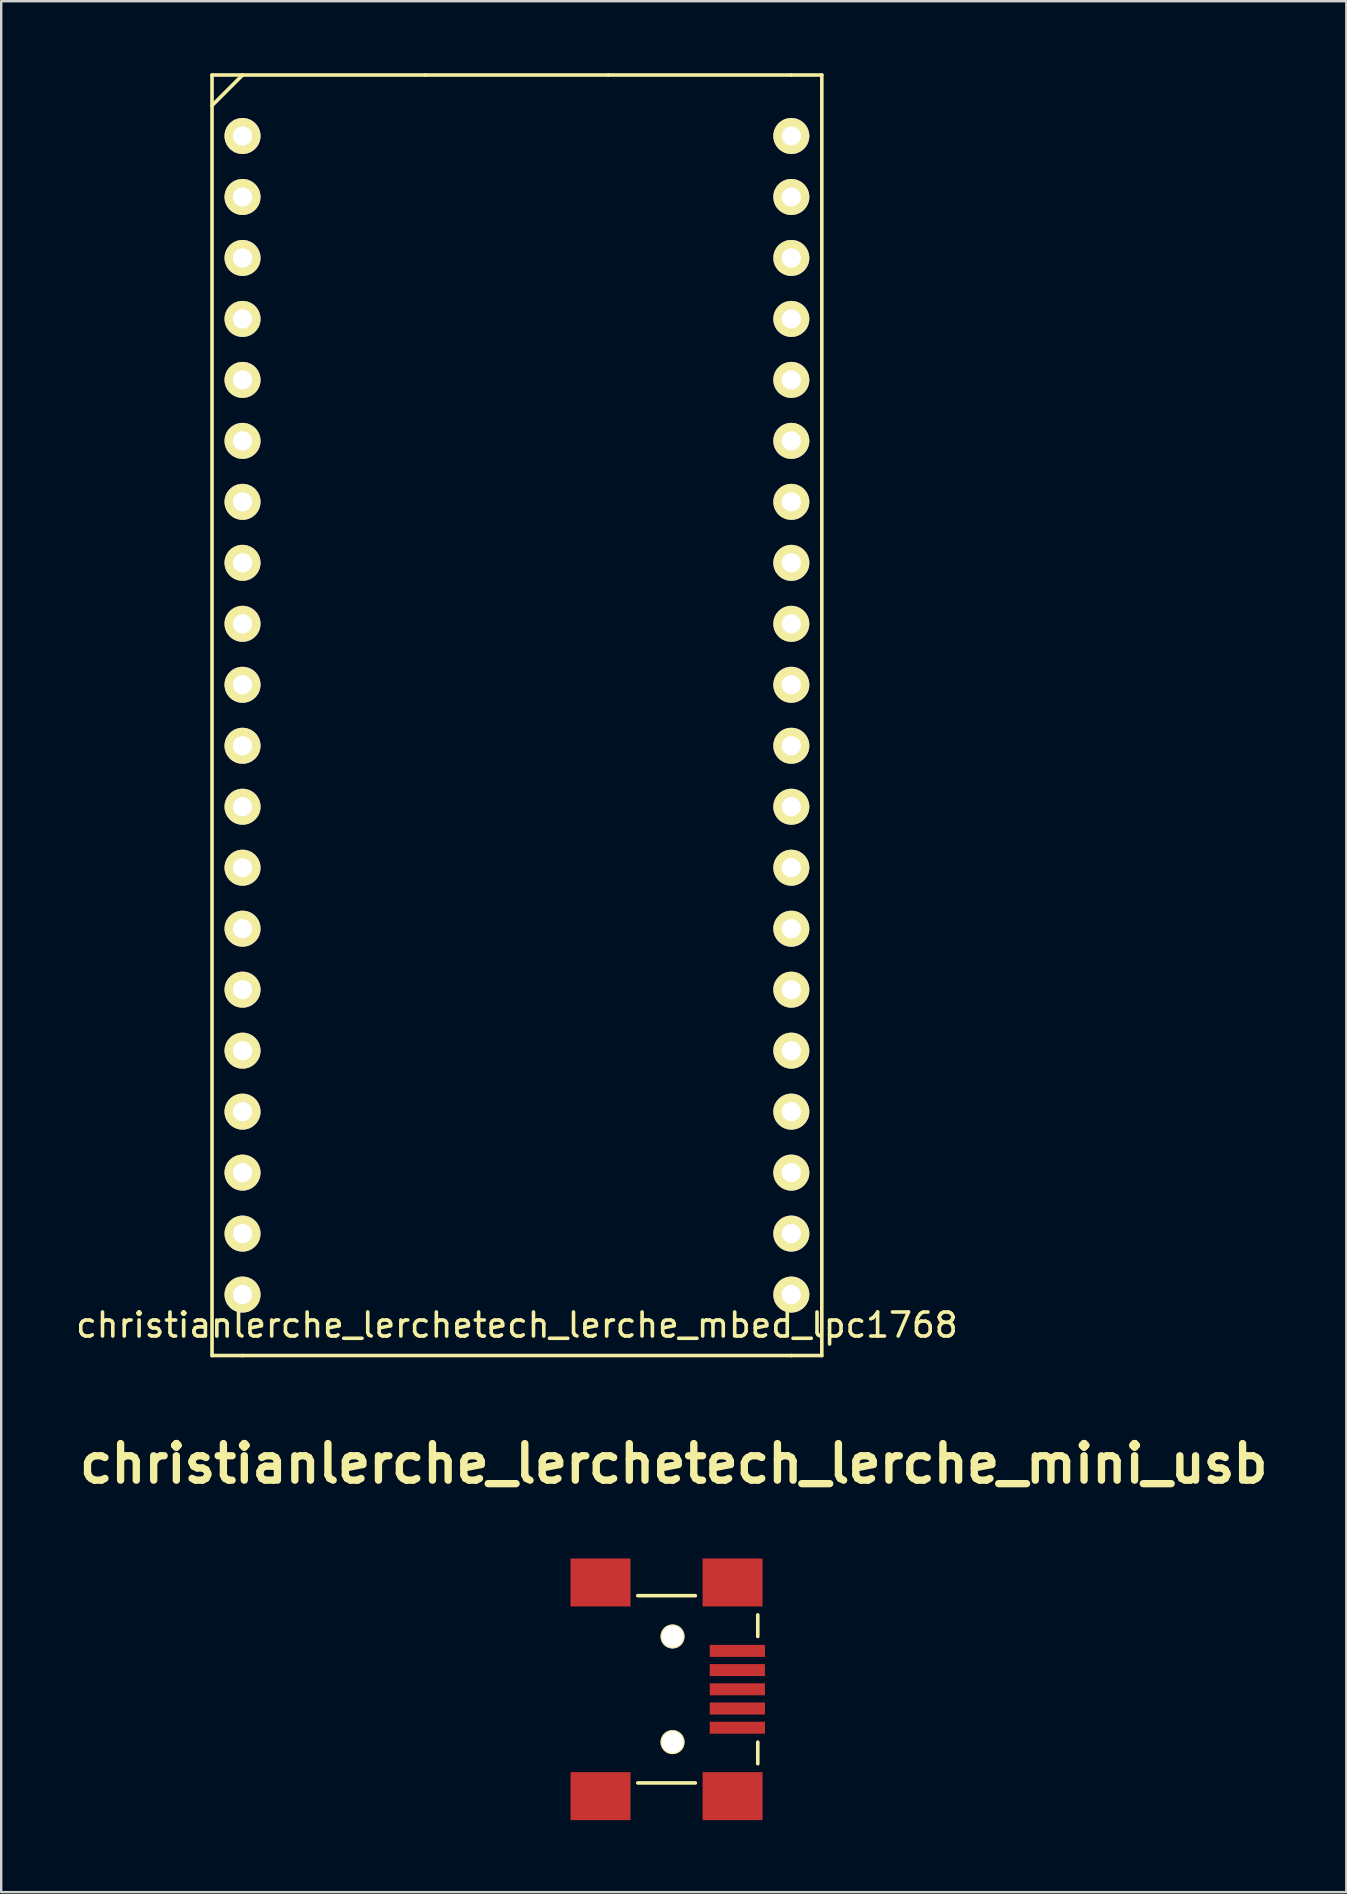
<source format=kicad_pcb>
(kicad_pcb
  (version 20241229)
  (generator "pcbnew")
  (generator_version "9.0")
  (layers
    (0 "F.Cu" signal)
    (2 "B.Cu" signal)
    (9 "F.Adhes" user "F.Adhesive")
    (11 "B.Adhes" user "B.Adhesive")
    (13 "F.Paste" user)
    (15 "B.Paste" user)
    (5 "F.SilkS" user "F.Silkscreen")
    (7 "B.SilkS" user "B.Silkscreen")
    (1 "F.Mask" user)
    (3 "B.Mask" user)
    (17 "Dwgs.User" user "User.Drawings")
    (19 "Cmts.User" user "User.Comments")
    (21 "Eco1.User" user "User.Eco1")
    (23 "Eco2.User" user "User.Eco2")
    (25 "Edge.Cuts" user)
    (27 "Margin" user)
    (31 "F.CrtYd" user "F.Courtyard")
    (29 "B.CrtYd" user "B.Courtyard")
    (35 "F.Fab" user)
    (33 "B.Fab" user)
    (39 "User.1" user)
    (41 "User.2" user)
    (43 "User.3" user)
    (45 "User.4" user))
  (footprint "christianlerche_lerchetech_lerche_mini_usb"
    (layer "F.Cu")
    (at 25.015 67.317)
    (property "Reference" "christianlerche_lerchetech_lerche_mini_usb" (at 0 -9.401 0) (layer "F.SilkS") (effects (font (size 1.524 1.524) (thickness 0.305))))
    (attr through_hole)
    (fp_line (start -1.5 -3.9) (end 0.9 -3.9) (stroke (width 0.15) (type solid)) (layer "F.SilkS"))
    (fp_line (start -1.5 3.9) (end 0.9 3.9) (stroke (width 0.15) (type solid)) (layer "F.SilkS"))
    (fp_line (start 3.5 -3.1) (end 3.5 -2.2) (stroke (width 0.15) (type solid)) (layer "F.SilkS"))
    (fp_line (start 3.5 2.2) (end 3.5 3.1) (stroke (width 0.15) (type solid)) (layer "F.SilkS"))
    (pad "" thru_hole circle (at -0.051 -2.2) (size 1.001 1.001) (drill 0.899) (layers "*.Cu" "*.Mask" "F.SilkS"))
    (pad "" thru_hole circle (at -0.051 2.2) (size 1.001 1.001) (drill 0.899) (layers "*.Cu" "*.Mask" "F.SilkS"))
    (pad "1" smd rect (at 2.649 -1.6) (size 2.301 0.5) (layers "F.Cu" "F.Mask" "F.Paste"))
    (pad "2" smd rect (at 2.649 -0.8) (size 2.301 0.5) (layers "F.Cu" "F.Mask" "F.Paste"))
    (pad "3" smd rect (at 2.649 0) (size 2.301 0.5) (layers "F.Cu" "F.Mask" "F.Paste"))
    (pad "4" smd rect (at 2.649 0.8) (size 2.301 0.5) (layers "F.Cu" "F.Mask" "F.Paste"))
    (pad "5" smd rect (at 2.649 1.6) (size 2.301 0.5) (layers "F.Cu" "F.Mask" "F.Paste"))
    (pad "Shie" smd rect (at -3.051 -4.45) (size 2.499 1.999) (layers "F.Cu" "F.Mask" "F.Paste"))
    (pad "Shie" smd rect (at -3.051 4.45) (size 2.499 1.999) (layers "F.Cu" "F.Mask" "F.Paste"))
    (pad "Shie" smd rect (at 2.449 -4.45) (size 2.499 1.999) (layers "F.Cu" "F.Mask" "F.Paste"))
    (pad "Shie" smd rect (at 2.449 4.45) (size 2.499 1.999) (layers "F.Cu" "F.Mask" "F.Paste")))
  (footprint "christianlerche_lerchetech_lerche_mbed_lpc1768"
    (layer "F.Cu")
    (at 18.482 26.745)
    (property "Reference" "christianlerche_lerchetech_lerche_mbed_lpc1768" (at 0 25.4 0) (layer "F.SilkS") (effects (font (size 1 1) (thickness 0.15))))
    (attr through_hole)
    (fp_line (start -12.7 -26.67) (end -12.7 26.67) (stroke (width 0.15) (type solid)) (layer "F.SilkS"))
    (fp_line (start -12.7 -25.4) (end -11.43 -26.67) (stroke (width 0.15) (type solid)) (layer "F.SilkS"))
    (fp_line (start -12.7 26.67) (end -11.43 26.67) (stroke (width 0.15) (type solid)) (layer "F.SilkS"))
    (fp_line (start -11.43 -26.67) (end -12.7 -26.67) (stroke (width 0.15) (type solid)) (layer "F.SilkS"))
    (fp_line (start -11.43 -26.67) (end -3.81 -26.67) (stroke (width 0.15) (type solid)) (layer "F.SilkS"))
    (fp_line (start -11.43 26.67) (end 11.43 26.67) (stroke (width 0.15) (type solid)) (layer "F.SilkS"))
    (fp_line (start -3.81 -26.67) (end 3.81 -26.67) (stroke (width 0.15) (type solid)) (layer "F.SilkS"))
    (fp_line (start 3.81 -26.67) (end 11.43 -26.67) (stroke (width 0.15) (type solid)) (layer "F.SilkS"))
    (fp_line (start 11.43 26.67) (end 12.7 26.67) (stroke (width 0.15) (type solid)) (layer "F.SilkS"))
    (fp_line (start 12.7 -26.67) (end 11.43 -26.67) (stroke (width 0.15) (type solid)) (layer "F.SilkS"))
    (fp_line (start 12.7 26.67) (end 12.7 -26.67) (stroke (width 0.15) (type solid)) (layer "F.SilkS"))
    (pad "1" thru_hole circle (at -11.43 -24.13) (size 1.5 1.5) (drill 0.8) (layers "*.Cu" "*.Mask" "F.SilkS"))
    (pad "2" thru_hole circle (at -11.43 -21.59) (size 1.5 1.5) (drill 0.8) (layers "*.Cu" "*.Mask" "F.SilkS"))
    (pad "3" thru_hole circle (at -11.43 -19.05) (size 1.5 1.5) (drill 0.8) (layers "*.Cu" "*.Mask" "F.SilkS"))
    (pad "4" thru_hole circle (at -11.43 -16.51) (size 1.5 1.5) (drill 0.8) (layers "*.Cu" "*.Mask" "F.SilkS"))
    (pad "5" thru_hole circle (at -11.43 -13.97) (size 1.5 1.5) (drill 0.8) (layers "*.Cu" "*.Mask" "F.SilkS"))
    (pad "6" thru_hole circle (at -11.43 -11.43) (size 1.5 1.5) (drill 0.8) (layers "*.Cu" "*.Mask" "F.SilkS"))
    (pad "7" thru_hole circle (at -11.43 -8.89) (size 1.5 1.5) (drill 0.8) (layers "*.Cu" "*.Mask" "F.SilkS"))
    (pad "8" thru_hole circle (at -11.43 -6.35) (size 1.5 1.5) (drill 0.8) (layers "*.Cu" "*.Mask" "F.SilkS"))
    (pad "9" thru_hole circle (at -11.43 -3.81) (size 1.5 1.5) (drill 0.8) (layers "*.Cu" "*.Mask" "F.SilkS"))
    (pad "10" thru_hole circle (at -11.43 -1.27) (size 1.5 1.5) (drill 0.8) (layers "*.Cu" "*.Mask" "F.SilkS"))
    (pad "11" thru_hole circle (at -11.43 1.27) (size 1.5 1.5) (drill 0.8) (layers "*.Cu" "*.Mask" "F.SilkS"))
    (pad "12" thru_hole circle (at -11.43 3.81) (size 1.5 1.5) (drill 0.8) (layers "*.Cu" "*.Mask" "F.SilkS"))
    (pad "13" thru_hole circle (at -11.43 6.35) (size 1.5 1.5) (drill 0.8) (layers "*.Cu" "*.Mask" "F.SilkS"))
    (pad "14" thru_hole circle (at -11.43 8.89) (size 1.5 1.5) (drill 0.8) (layers "*.Cu" "*.Mask" "F.SilkS"))
    (pad "15" thru_hole circle (at -11.43 11.43) (size 1.5 1.5) (drill 0.8) (layers "*.Cu" "*.Mask" "F.SilkS"))
    (pad "16" thru_hole circle (at -11.43 13.97) (size 1.5 1.5) (drill 0.8) (layers "*.Cu" "*.Mask" "F.SilkS"))
    (pad "17" thru_hole circle (at -11.43 16.51) (size 1.5 1.5) (drill 0.8) (layers "*.Cu" "*.Mask" "F.SilkS"))
    (pad "18" thru_hole circle (at -11.43 19.05) (size 1.5 1.5) (drill 0.8) (layers "*.Cu" "*.Mask" "F.SilkS"))
    (pad "19" thru_hole circle (at -11.43 21.59) (size 1.5 1.5) (drill 0.8) (layers "*.Cu" "*.Mask" "F.SilkS"))
    (pad "20" thru_hole circle (at -11.43 24.13) (size 1.5 1.5) (drill 0.8) (layers "*.Cu" "*.Mask" "F.SilkS"))
    (pad "21" thru_hole circle (at 11.43 24.13) (size 1.5 1.5) (drill 0.8) (layers "*.Cu" "*.Mask" "F.SilkS"))
    (pad "22" thru_hole circle (at 11.43 21.59) (size 1.5 1.5) (drill 0.8) (layers "*.Cu" "*.Mask" "F.SilkS"))
    (pad "23" thru_hole circle (at 11.43 19.05) (size 1.5 1.5) (drill 0.8) (layers "*.Cu" "*.Mask" "F.SilkS"))
    (pad "24" thru_hole circle (at 11.43 16.51) (size 1.5 1.5) (drill 0.8) (layers "*.Cu" "*.Mask" "F.SilkS"))
    (pad "25" thru_hole circle (at 11.43 13.97) (size 1.5 1.5) (drill 0.8) (layers "*.Cu" "*.Mask" "F.SilkS"))
    (pad "26" thru_hole circle (at 11.43 11.43) (size 1.5 1.5) (drill 0.8) (layers "*.Cu" "*.Mask" "F.SilkS"))
    (pad "27" thru_hole circle (at 11.43 8.89) (size 1.5 1.5) (drill 0.8) (layers "*.Cu" "*.Mask" "F.SilkS"))
    (pad "28" thru_hole circle (at 11.43 6.35) (size 1.5 1.5) (drill 0.8) (layers "*.Cu" "*.Mask" "F.SilkS"))
    (pad "29" thru_hole circle (at 11.43 3.81) (size 1.5 1.5) (drill 0.8) (layers "*.Cu" "*.Mask" "F.SilkS"))
    (pad "30" thru_hole circle (at 11.43 1.27) (size 1.5 1.5) (drill 0.8) (layers "*.Cu" "*.Mask" "F.SilkS"))
    (pad "31" thru_hole circle (at 11.43 -1.27) (size 1.5 1.5) (drill 0.8) (layers "*.Cu" "*.Mask" "F.SilkS"))
    (pad "32" thru_hole circle (at 11.43 -3.81) (size 1.5 1.5) (drill 0.8) (layers "*.Cu" "*.Mask" "F.SilkS"))
    (pad "33" thru_hole circle (at 11.43 -6.35) (size 1.5 1.5) (drill 0.8) (layers "*.Cu" "*.Mask" "F.SilkS"))
    (pad "34" thru_hole circle (at 11.43 -8.89) (size 1.5 1.5) (drill 0.8) (layers "*.Cu" "*.Mask" "F.SilkS"))
    (pad "35" thru_hole circle (at 11.43 -11.43) (size 1.5 1.5) (drill 0.8) (layers "*.Cu" "*.Mask" "F.SilkS"))
    (pad "36" thru_hole circle (at 11.43 -13.97) (size 1.5 1.5) (drill 0.8) (layers "*.Cu" "*.Mask" "F.SilkS"))
    (pad "37" thru_hole circle (at 11.43 -16.51) (size 1.5 1.5) (drill 0.8) (layers "*.Cu" "*.Mask" "F.SilkS"))
    (pad "38" thru_hole circle (at 11.43 -19.05) (size 1.5 1.5) (drill 0.8) (layers "*.Cu" "*.Mask" "F.SilkS"))
    (pad "39" thru_hole circle (at 11.43 -21.59) (size 1.5 1.5) (drill 0.8) (layers "*.Cu" "*.Mask" "F.SilkS"))
    (pad "40" thru_hole circle (at 11.43 -24.13) (size 1.5 1.5) (drill 0.8) (layers "*.Cu" "*.Mask" "F.SilkS")))
  (gr_rect
    (start -3 -3)
    (end 53.031 75.767)
    (stroke (width 0.1) (type default))
    (fill no)
    (layer "Edge.Cuts")))
</source>
